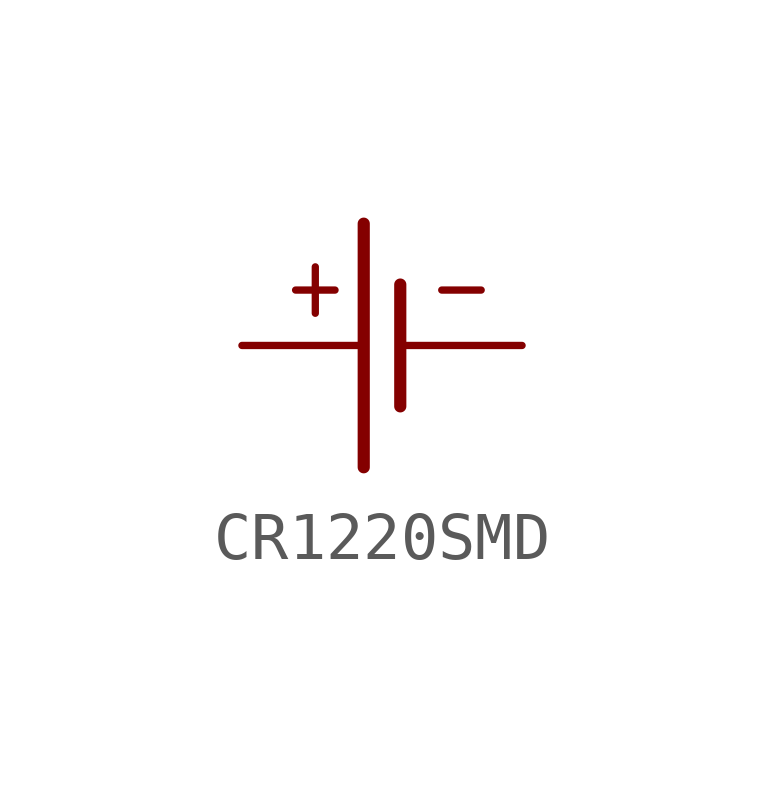
<source format=kicad_sym>
(kicad_symbol_lib
  (version 20220914)
  (generator kicad_symbol_editor)
  (symbol "CR1220SMD"
    (property "Reference" ""
      (at 0 0 0)
      (effects (font (size 1.27 1.27)) hide))
    (property "ki_locked" ""
      (at 0 0 0)
      (effects (font (size 1.27 1.27))))
    (symbol "CR1220SMD_1_0"
      (polyline (pts (xy 0 2.54) (xy 0 -2.54)) (stroke (width 0.254) (type solid)) (fill (type none)))
      (polyline (pts (xy 0.762 1.27) (xy 0.762 -1.27)) (stroke (width 0.254) (type solid)) (fill (type none)))
      (text "+" (at -1.778 0.508 0) (effects (font (size 1.27 1.079)) (justify left bottom)))
      (text "-" (at 1.27 0.508 0) (effects (font (size 1.27 1.079)) (justify left bottom)))
      (pin bidirectional line (at -2.54 0 0) (length 2.54) (name "P$+" (effects (font (size 0 0)))) (number "P+" (effects (font (size 0 0)))))
      (pin bidirectional line (at 3.302 0 180) (length 2.54) (name "P$-" (effects (font (size 0 0)))) (number "P-" (effects (font (size 0 0))))))))
</source>
